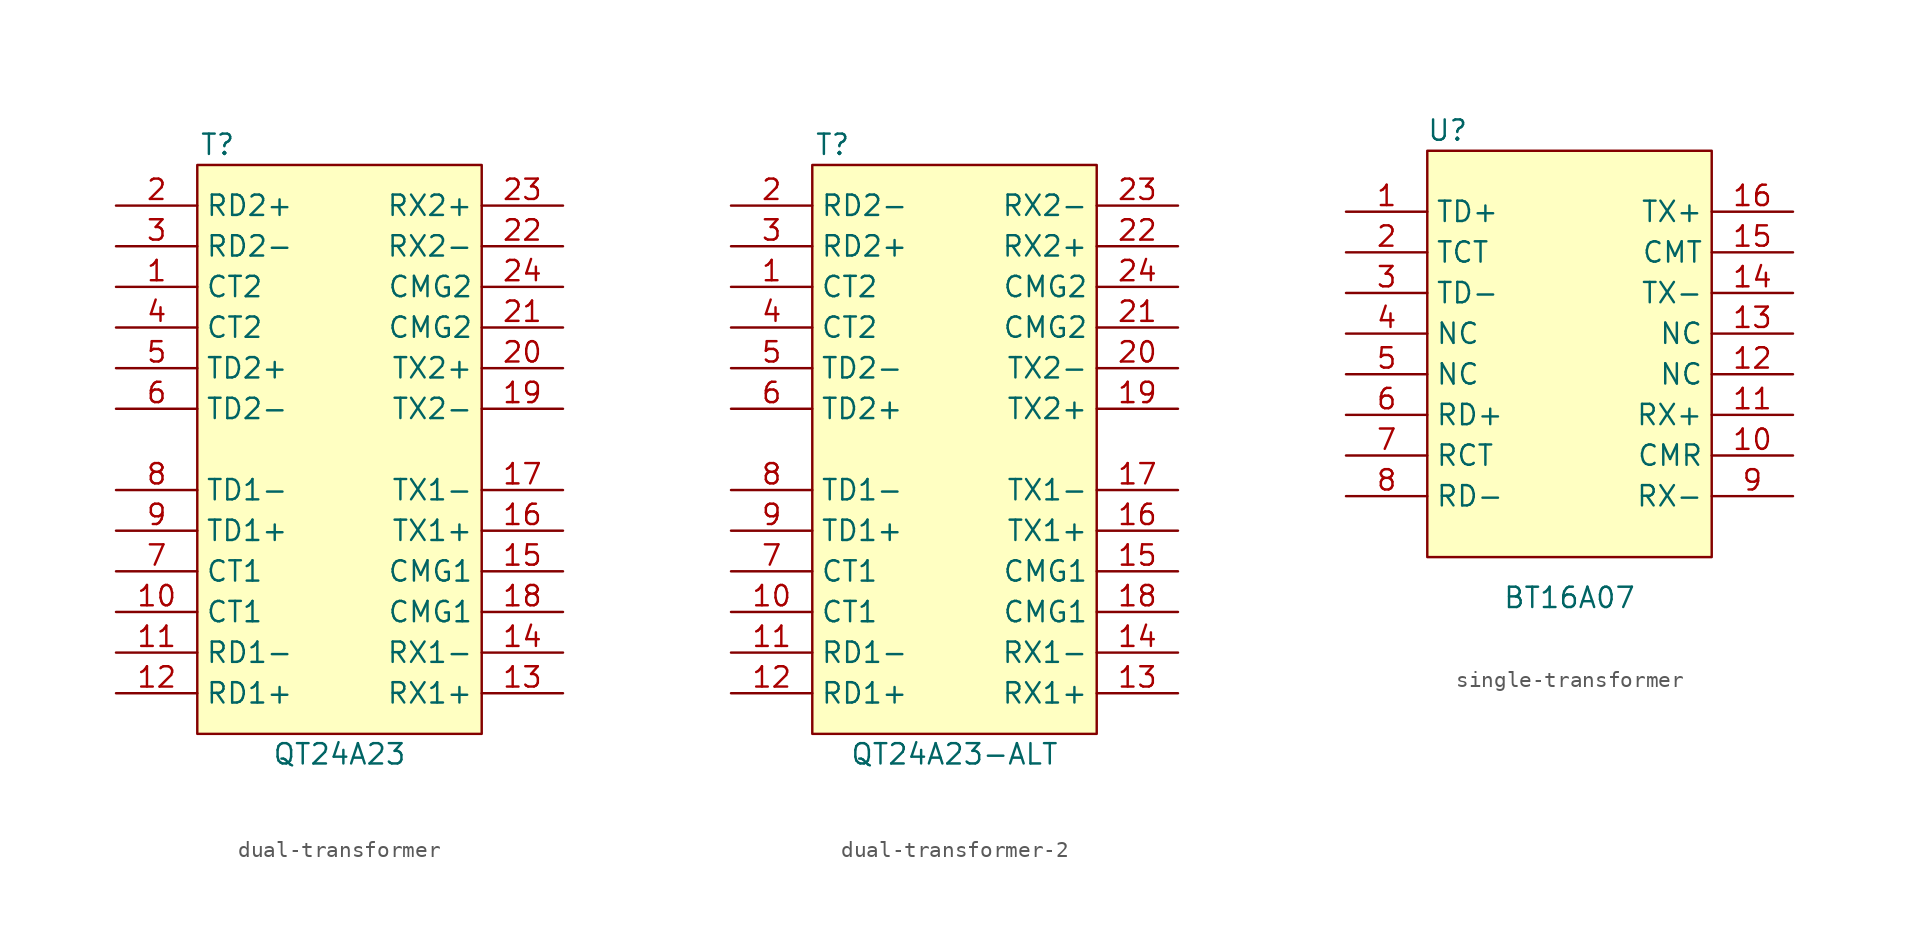
<source format=kicad_sym>
(kicad_symbol_lib
  (version 20220914)
  (generator kicad_symbol_editor)
  (symbol "dual-transformer"
    (property "Reference" "T"
      (at -7.62 19.05 0)
      (effects (font (size 1.27 1.27))))
    (property "Value" "QT24A23"
      (at 0 -19.05 0)
      (effects (font (size 1.27 1.27))))
    (symbol "dual-transformer_1_0"
      (pin unspecified line (at -13.97 10.16 0) (length 5.08) (name "CT2" (effects (font (size 1.27 1.27)))) (number "1" (effects (font (size 1.27 1.27)))))
      (pin unspecified line (at -13.97 -10.16 0) (length 5.08) (name "CT1" (effects (font (size 1.27 1.27)))) (number "10" (effects (font (size 1.27 1.27)))))
      (pin unspecified line (at -13.97 -12.7 0) (length 5.08) (name "RD1-" (effects (font (size 1.27 1.27)))) (number "11" (effects (font (size 1.27 1.27)))))
      (pin unspecified line (at -13.97 -15.24 0) (length 5.08) (name "RD1+" (effects (font (size 1.27 1.27)))) (number "12" (effects (font (size 1.27 1.27)))))
      (pin unspecified line (at 13.97 -15.24 180) (length 5.08) (name "RX1+" (effects (font (size 1.27 1.27)))) (number "13" (effects (font (size 1.27 1.27)))))
      (pin unspecified line (at 13.97 -12.7 180) (length 5.08) (name "RX1-" (effects (font (size 1.27 1.27)))) (number "14" (effects (font (size 1.27 1.27)))))
      (pin unspecified line (at 13.97 -7.62 180) (length 5.08) (name "CMG1" (effects (font (size 1.27 1.27)))) (number "15" (effects (font (size 1.27 1.27)))))
      (pin unspecified line (at 13.97 -5.08 180) (length 5.08) (name "TX1+" (effects (font (size 1.27 1.27)))) (number "16" (effects (font (size 1.27 1.27)))))
      (pin unspecified line (at 13.97 -2.54 180) (length 5.08) (name "TX1-" (effects (font (size 1.27 1.27)))) (number "17" (effects (font (size 1.27 1.27)))))
      (pin unspecified line (at 13.97 -10.16 180) (length 5.08) (name "CMG1" (effects (font (size 1.27 1.27)))) (number "18" (effects (font (size 1.27 1.27)))))
      (pin unspecified line (at 13.97 2.54 180) (length 5.08) (name "TX2-" (effects (font (size 1.27 1.27)))) (number "19" (effects (font (size 1.27 1.27)))))
      (pin unspecified line (at -13.97 15.24 0) (length 5.08) (name "RD2+" (effects (font (size 1.27 1.27)))) (number "2" (effects (font (size 1.27 1.27)))))
      (pin unspecified line (at 13.97 5.08 180) (length 5.08) (name "TX2+" (effects (font (size 1.27 1.27)))) (number "20" (effects (font (size 1.27 1.27)))))
      (pin unspecified line (at 13.97 7.62 180) (length 5.08) (name "CMG2" (effects (font (size 1.27 1.27)))) (number "21" (effects (font (size 1.27 1.27)))))
      (pin unspecified line (at 13.97 12.7 180) (length 5.08) (name "RX2-" (effects (font (size 1.27 1.27)))) (number "22" (effects (font (size 1.27 1.27)))))
      (pin unspecified line (at 13.97 15.24 180) (length 5.08) (name "RX2+" (effects (font (size 1.27 1.27)))) (number "23" (effects (font (size 1.27 1.27)))))
      (pin unspecified line (at 13.97 10.16 180) (length 5.08) (name "CMG2" (effects (font (size 1.27 1.27)))) (number "24" (effects (font (size 1.27 1.27)))))
      (pin unspecified line (at -13.97 12.7 0) (length 5.08) (name "RD2-" (effects (font (size 1.27 1.27)))) (number "3" (effects (font (size 1.27 1.27)))))
      (pin unspecified line (at -13.97 7.62 0) (length 5.08) (name "CT2" (effects (font (size 1.27 1.27)))) (number "4" (effects (font (size 1.27 1.27)))))
      (pin unspecified line (at -13.97 5.08 0) (length 5.08) (name "TD2+" (effects (font (size 1.27 1.27)))) (number "5" (effects (font (size 1.27 1.27)))))
      (pin unspecified line (at -13.97 2.54 0) (length 5.08) (name "TD2-" (effects (font (size 1.27 1.27)))) (number "6" (effects (font (size 1.27 1.27)))))
      (pin unspecified line (at -13.97 -7.62 0) (length 5.08) (name "CT1" (effects (font (size 1.27 1.27)))) (number "7" (effects (font (size 1.27 1.27)))))
      (pin unspecified line (at -13.97 -2.54 0) (length 5.08) (name "TD1-" (effects (font (size 1.27 1.27)))) (number "8" (effects (font (size 1.27 1.27)))))
      (pin unspecified line (at -13.97 -5.08 0) (length 5.08) (name "TD1+" (effects (font (size 1.27 1.27)))) (number "9" (effects (font (size 1.27 1.27))))))
    (symbol "dual-transformer_1_1"
      (rectangle (start -8.89 17.78) (end 8.89 -17.78) (stroke (width 0) (type default)) (fill (type background)))))
  (symbol "dual-transformer-2"
    (property "Reference" "T"
      (at -7.62 19.05 0)
      (effects (font (size 1.27 1.27))))
    (property "Value" "QT24A23-ALT"
      (at 0 -19.05 0)
      (effects (font (size 1.27 1.27))))
    (symbol "dual-transformer-2_1_0"
      (pin unspecified line (at -13.97 10.16 0) (length 5.08) (name "CT2" (effects (font (size 1.27 1.27)))) (number "1" (effects (font (size 1.27 1.27)))))
      (pin unspecified line (at -13.97 -10.16 0) (length 5.08) (name "CT1" (effects (font (size 1.27 1.27)))) (number "10" (effects (font (size 1.27 1.27)))))
      (pin unspecified line (at -13.97 -12.7 0) (length 5.08) (name "RD1-" (effects (font (size 1.27 1.27)))) (number "11" (effects (font (size 1.27 1.27)))))
      (pin unspecified line (at -13.97 -15.24 0) (length 5.08) (name "RD1+" (effects (font (size 1.27 1.27)))) (number "12" (effects (font (size 1.27 1.27)))))
      (pin unspecified line (at 13.97 -15.24 180) (length 5.08) (name "RX1+" (effects (font (size 1.27 1.27)))) (number "13" (effects (font (size 1.27 1.27)))))
      (pin unspecified line (at 13.97 -12.7 180) (length 5.08) (name "RX1-" (effects (font (size 1.27 1.27)))) (number "14" (effects (font (size 1.27 1.27)))))
      (pin unspecified line (at 13.97 -7.62 180) (length 5.08) (name "CMG1" (effects (font (size 1.27 1.27)))) (number "15" (effects (font (size 1.27 1.27)))))
      (pin unspecified line (at 13.97 -5.08 180) (length 5.08) (name "TX1+" (effects (font (size 1.27 1.27)))) (number "16" (effects (font (size 1.27 1.27)))))
      (pin unspecified line (at 13.97 -2.54 180) (length 5.08) (name "TX1-" (effects (font (size 1.27 1.27)))) (number "17" (effects (font (size 1.27 1.27)))))
      (pin unspecified line (at 13.97 -10.16 180) (length 5.08) (name "CMG1" (effects (font (size 1.27 1.27)))) (number "18" (effects (font (size 1.27 1.27)))))
      (pin unspecified line (at 13.97 2.54 180) (length 5.08) (name "TX2+" (effects (font (size 1.27 1.27)))) (number "19" (effects (font (size 1.27 1.27)))))
      (pin unspecified line (at -13.97 15.24 0) (length 5.08) (name "RD2-" (effects (font (size 1.27 1.27)))) (number "2" (effects (font (size 1.27 1.27)))))
      (pin unspecified line (at 13.97 5.08 180) (length 5.08) (name "TX2-" (effects (font (size 1.27 1.27)))) (number "20" (effects (font (size 1.27 1.27)))))
      (pin unspecified line (at 13.97 7.62 180) (length 5.08) (name "CMG2" (effects (font (size 1.27 1.27)))) (number "21" (effects (font (size 1.27 1.27)))))
      (pin unspecified line (at 13.97 12.7 180) (length 5.08) (name "RX2+" (effects (font (size 1.27 1.27)))) (number "22" (effects (font (size 1.27 1.27)))))
      (pin unspecified line (at 13.97 15.24 180) (length 5.08) (name "RX2-" (effects (font (size 1.27 1.27)))) (number "23" (effects (font (size 1.27 1.27)))))
      (pin unspecified line (at 13.97 10.16 180) (length 5.08) (name "CMG2" (effects (font (size 1.27 1.27)))) (number "24" (effects (font (size 1.27 1.27)))))
      (pin unspecified line (at -13.97 12.7 0) (length 5.08) (name "RD2+" (effects (font (size 1.27 1.27)))) (number "3" (effects (font (size 1.27 1.27)))))
      (pin unspecified line (at -13.97 7.62 0) (length 5.08) (name "CT2" (effects (font (size 1.27 1.27)))) (number "4" (effects (font (size 1.27 1.27)))))
      (pin unspecified line (at -13.97 5.08 0) (length 5.08) (name "TD2-" (effects (font (size 1.27 1.27)))) (number "5" (effects (font (size 1.27 1.27)))))
      (pin unspecified line (at -13.97 2.54 0) (length 5.08) (name "TD2+" (effects (font (size 1.27 1.27)))) (number "6" (effects (font (size 1.27 1.27)))))
      (pin unspecified line (at -13.97 -7.62 0) (length 5.08) (name "CT1" (effects (font (size 1.27 1.27)))) (number "7" (effects (font (size 1.27 1.27)))))
      (pin unspecified line (at -13.97 -2.54 0) (length 5.08) (name "TD1-" (effects (font (size 1.27 1.27)))) (number "8" (effects (font (size 1.27 1.27)))))
      (pin unspecified line (at -13.97 -5.08 0) (length 5.08) (name "TD1+" (effects (font (size 1.27 1.27)))) (number "9" (effects (font (size 1.27 1.27))))))
    (symbol "dual-transformer-2_1_1"
      (rectangle (start -8.89 17.78) (end 8.89 -17.78) (stroke (width 0) (type default)) (fill (type background)))))
  (symbol "single-transformer"
    (property "Reference" "U"
      (at -7.62 13.97 0)
      (effects (font (size 1.27 1.27))))
    (property "Value" "BT16A07"
      (at 0 -15.24 0)
      (effects (font (size 1.27 1.27))))
    (symbol "single-transformer_1_0"
      (pin unspecified line (at -13.97 8.89 0) (length 5.08) (name "TD+" (effects (font (size 1.27 1.27)))) (number "1" (effects (font (size 1.27 1.27)))))
      (pin unspecified line (at 13.97 -6.35 180) (length 5.08) (name "CMR" (effects (font (size 1.27 1.27)))) (number "10" (effects (font (size 1.27 1.27)))))
      (pin unspecified line (at 13.97 -3.81 180) (length 5.08) (name "RX+" (effects (font (size 1.27 1.27)))) (number "11" (effects (font (size 1.27 1.27)))))
      (pin unspecified line (at 13.97 -1.27 180) (length 5.08) (name "NC" (effects (font (size 1.27 1.27)))) (number "12" (effects (font (size 1.27 1.27)))))
      (pin unspecified line (at 13.97 1.27 180) (length 5.08) (name "NC" (effects (font (size 1.27 1.27)))) (number "13" (effects (font (size 1.27 1.27)))))
      (pin unspecified line (at 13.97 3.81 180) (length 5.08) (name "TX-" (effects (font (size 1.27 1.27)))) (number "14" (effects (font (size 1.27 1.27)))))
      (pin unspecified line (at 13.97 6.35 180) (length 5.08) (name "CMT" (effects (font (size 1.27 1.27)))) (number "15" (effects (font (size 1.27 1.27)))))
      (pin unspecified line (at 13.97 8.89 180) (length 5.08) (name "TX+" (effects (font (size 1.27 1.27)))) (number "16" (effects (font (size 1.27 1.27)))))
      (pin unspecified line (at -13.97 6.35 0) (length 5.08) (name "TCT" (effects (font (size 1.27 1.27)))) (number "2" (effects (font (size 1.27 1.27)))))
      (pin unspecified line (at -13.97 3.81 0) (length 5.08) (name "TD-" (effects (font (size 1.27 1.27)))) (number "3" (effects (font (size 1.27 1.27)))))
      (pin unspecified line (at -13.97 1.27 0) (length 5.08) (name "NC" (effects (font (size 1.27 1.27)))) (number "4" (effects (font (size 1.27 1.27)))))
      (pin unspecified line (at -13.97 -1.27 0) (length 5.08) (name "NC" (effects (font (size 1.27 1.27)))) (number "5" (effects (font (size 1.27 1.27)))))
      (pin unspecified line (at -13.97 -3.81 0) (length 5.08) (name "RD+" (effects (font (size 1.27 1.27)))) (number "6" (effects (font (size 1.27 1.27)))))
      (pin unspecified line (at -13.97 -6.35 0) (length 5.08) (name "RCT" (effects (font (size 1.27 1.27)))) (number "7" (effects (font (size 1.27 1.27)))))
      (pin unspecified line (at -13.97 -8.89 0) (length 5.08) (name "RD-" (effects (font (size 1.27 1.27)))) (number "8" (effects (font (size 1.27 1.27)))))
      (pin unspecified line (at 13.97 -8.89 180) (length 5.08) (name "RX-" (effects (font (size 1.27 1.27)))) (number "9" (effects (font (size 1.27 1.27))))))
    (symbol "single-transformer_1_1"
      (rectangle (start -8.89 12.7) (end 8.89 -12.7) (stroke (width 0) (type default)) (fill (type background))))))
</source>
